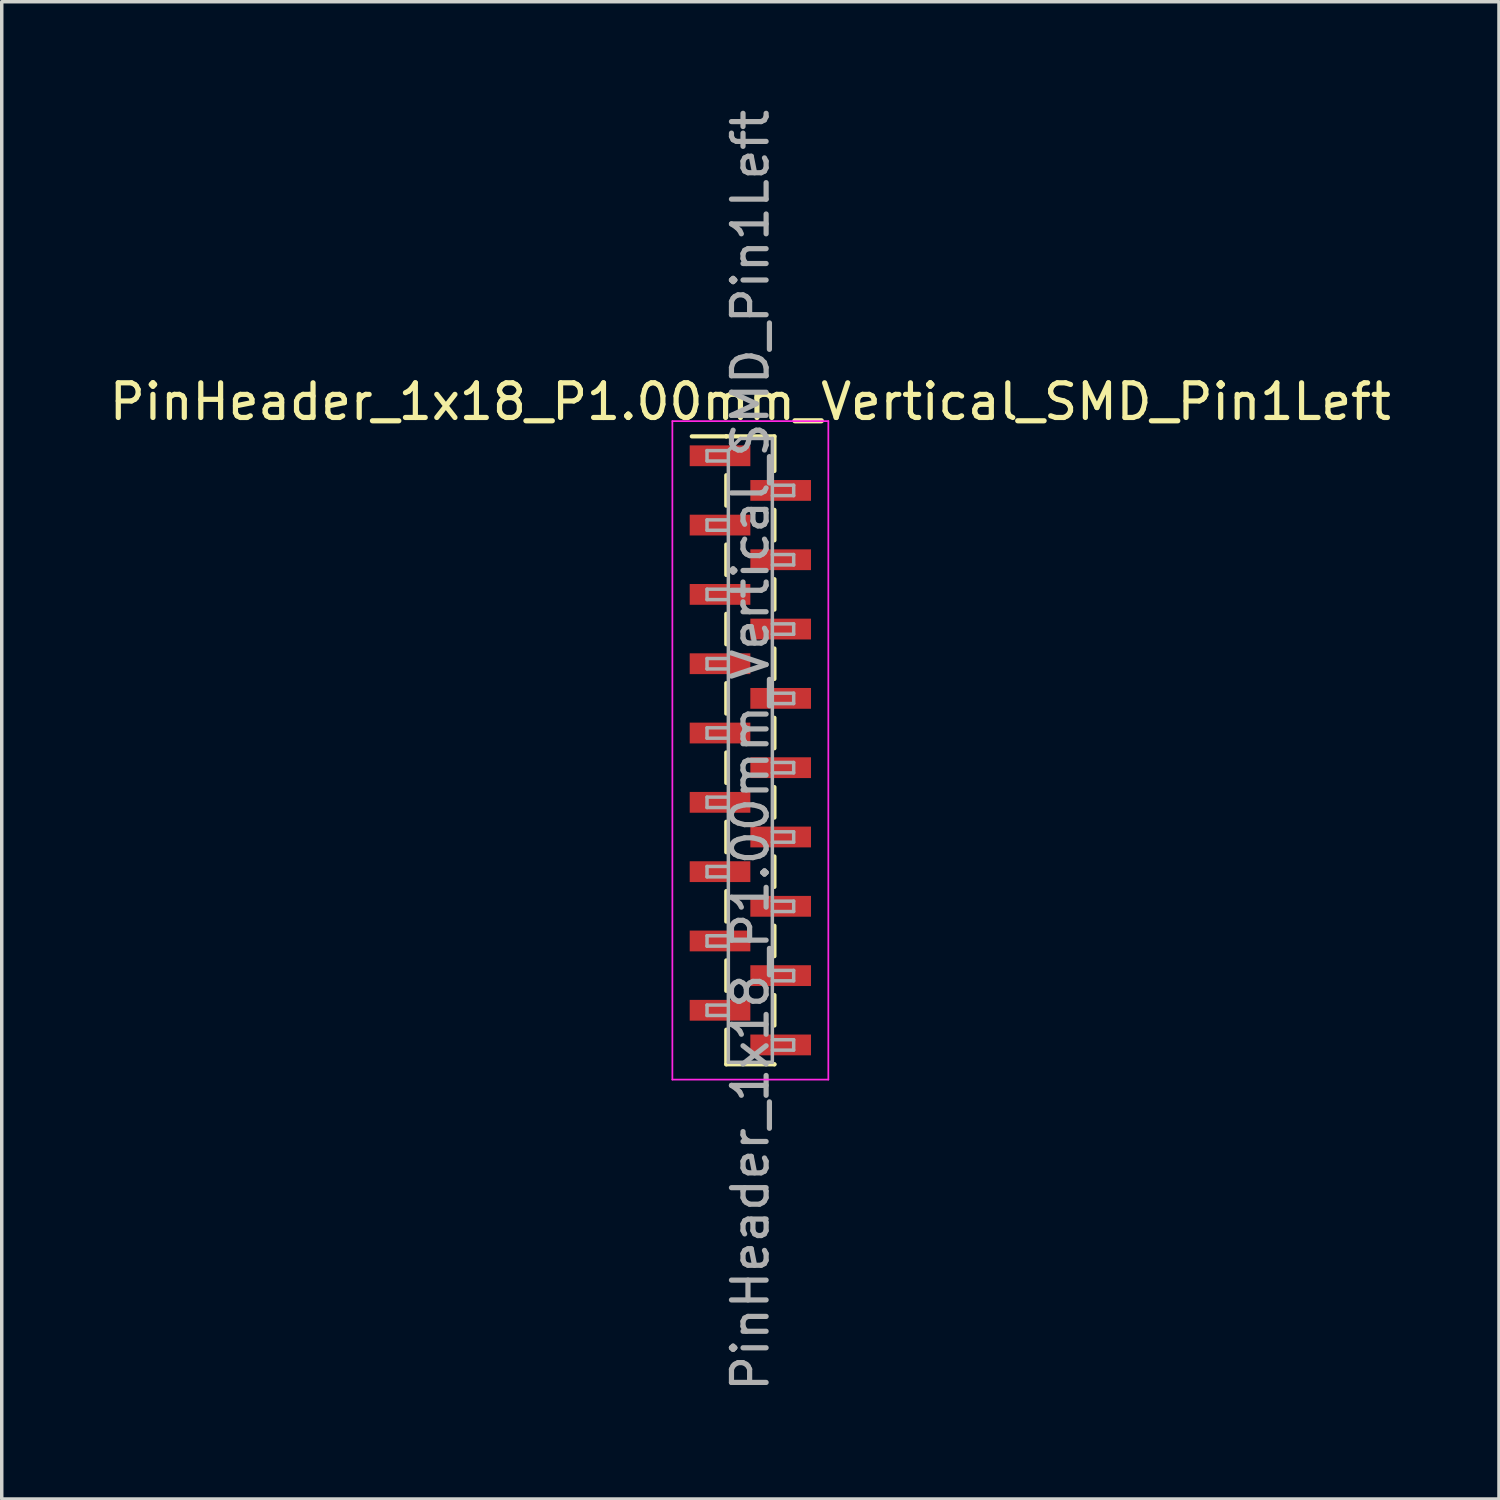
<source format=kicad_pcb>
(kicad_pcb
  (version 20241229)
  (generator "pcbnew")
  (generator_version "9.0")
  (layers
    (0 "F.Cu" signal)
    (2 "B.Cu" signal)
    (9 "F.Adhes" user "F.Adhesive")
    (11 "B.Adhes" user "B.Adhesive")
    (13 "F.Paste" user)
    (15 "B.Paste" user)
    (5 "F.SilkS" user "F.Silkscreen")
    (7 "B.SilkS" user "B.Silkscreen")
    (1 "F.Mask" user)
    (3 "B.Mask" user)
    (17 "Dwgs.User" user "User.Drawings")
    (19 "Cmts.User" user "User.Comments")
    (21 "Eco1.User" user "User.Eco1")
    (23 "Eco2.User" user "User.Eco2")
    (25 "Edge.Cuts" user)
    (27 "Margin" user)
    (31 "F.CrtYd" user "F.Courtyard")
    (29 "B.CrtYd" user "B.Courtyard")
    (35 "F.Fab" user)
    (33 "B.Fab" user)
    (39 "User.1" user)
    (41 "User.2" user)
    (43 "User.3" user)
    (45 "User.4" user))
  (footprint "PinHeader_1x18_P1.00mm_Vertical_SMD_Pin1Left"
    (layer "F.Cu")
    (at 18.601 18.601)
    (property "Reference" "PinHeader_1x18_P1.00mm_Vertical_SMD_Pin1Left" (at 0 -10.06 0) (layer "F.SilkS") (effects (font (size 1 1) (thickness 0.15))))
    (attr smd)
    (fp_line (start -0.695 -9.06) (end -1.69 -9.06) (stroke (width 0.12) (type solid)) (layer "F.SilkS"))
    (fp_line (start -0.695 -9.06) (end -0.695 -9.06) (stroke (width 0.12) (type solid)) (layer "F.SilkS"))
    (fp_line (start -0.695 -9.06) (end 0.695 -9.06) (stroke (width 0.12) (type solid)) (layer "F.SilkS"))
    (fp_line (start -0.695 -7.94) (end -0.695 -7.06) (stroke (width 0.12) (type solid)) (layer "F.SilkS"))
    (fp_line (start -0.695 -5.94) (end -0.695 -5.06) (stroke (width 0.12) (type solid)) (layer "F.SilkS"))
    (fp_line (start -0.695 -3.94) (end -0.695 -3.06) (stroke (width 0.12) (type solid)) (layer "F.SilkS"))
    (fp_line (start -0.695 -1.94) (end -0.695 -1.06) (stroke (width 0.12) (type solid)) (layer "F.SilkS"))
    (fp_line (start -0.695 0.06) (end -0.695 0.94) (stroke (width 0.12) (type solid)) (layer "F.SilkS"))
    (fp_line (start -0.695 2.06) (end -0.695 2.94) (stroke (width 0.12) (type solid)) (layer "F.SilkS"))
    (fp_line (start -0.695 4.06) (end -0.695 4.94) (stroke (width 0.12) (type solid)) (layer "F.SilkS"))
    (fp_line (start -0.695 6.06) (end -0.695 6.94) (stroke (width 0.12) (type solid)) (layer "F.SilkS"))
    (fp_line (start -0.695 8.06) (end -0.695 9.06) (stroke (width 0.12) (type solid)) (layer "F.SilkS"))
    (fp_line (start -0.695 9.06) (end 0.695 9.06) (stroke (width 0.12) (type solid)) (layer "F.SilkS"))
    (fp_line (start 0.695 -9.06) (end 0.695 -8.06) (stroke (width 0.12) (type solid)) (layer "F.SilkS"))
    (fp_line (start 0.695 -6.94) (end 0.695 -6.06) (stroke (width 0.12) (type solid)) (layer "F.SilkS"))
    (fp_line (start 0.695 -4.94) (end 0.695 -4.06) (stroke (width 0.12) (type solid)) (layer "F.SilkS"))
    (fp_line (start 0.695 -2.94) (end 0.695 -2.06) (stroke (width 0.12) (type solid)) (layer "F.SilkS"))
    (fp_line (start 0.695 -0.94) (end 0.695 -0.06) (stroke (width 0.12) (type solid)) (layer "F.SilkS"))
    (fp_line (start 0.695 1.06) (end 0.695 1.94) (stroke (width 0.12) (type solid)) (layer "F.SilkS"))
    (fp_line (start 0.695 3.06) (end 0.695 3.94) (stroke (width 0.12) (type solid)) (layer "F.SilkS"))
    (fp_line (start 0.695 5.06) (end 0.695 5.94) (stroke (width 0.12) (type solid)) (layer "F.SilkS"))
    (fp_line (start 0.695 7.06) (end 0.695 7.94) (stroke (width 0.12) (type solid)) (layer "F.SilkS"))
    (fp_line (start 0.695 9.06) (end 0.695 9.06) (stroke (width 0.12) (type solid)) (layer "F.SilkS"))
    (fp_line (start -2.25 -9.5) (end -2.25 9.5) (stroke (width 0.05) (type solid)) (layer "F.CrtYd"))
    (fp_line (start -2.25 9.5) (end 2.25 9.5) (stroke (width 0.05) (type solid)) (layer "F.CrtYd"))
    (fp_line (start 2.25 -9.5) (end -2.25 -9.5) (stroke (width 0.05) (type solid)) (layer "F.CrtYd"))
    (fp_line (start 2.25 9.5) (end 2.25 -9.5) (stroke (width 0.05) (type solid)) (layer "F.CrtYd"))
    (fp_line (start -1.25 -8.65) (end -1.25 -8.35) (stroke (width 0.1) (type solid)) (layer "F.Fab"))
    (fp_line (start -1.25 -8.35) (end -0.635 -8.35) (stroke (width 0.1) (type solid)) (layer "F.Fab"))
    (fp_line (start -1.25 -6.65) (end -1.25 -6.35) (stroke (width 0.1) (type solid)) (layer "F.Fab"))
    (fp_line (start -1.25 -6.35) (end -0.635 -6.35) (stroke (width 0.1) (type solid)) (layer "F.Fab"))
    (fp_line (start -1.25 -4.65) (end -1.25 -4.35) (stroke (width 0.1) (type solid)) (layer "F.Fab"))
    (fp_line (start -1.25 -4.35) (end -0.635 -4.35) (stroke (width 0.1) (type solid)) (layer "F.Fab"))
    (fp_line (start -1.25 -2.65) (end -1.25 -2.35) (stroke (width 0.1) (type solid)) (layer "F.Fab"))
    (fp_line (start -1.25 -2.35) (end -0.635 -2.35) (stroke (width 0.1) (type solid)) (layer "F.Fab"))
    (fp_line (start -1.25 -0.65) (end -1.25 -0.35) (stroke (width 0.1) (type solid)) (layer "F.Fab"))
    (fp_line (start -1.25 -0.35) (end -0.635 -0.35) (stroke (width 0.1) (type solid)) (layer "F.Fab"))
    (fp_line (start -1.25 1.35) (end -1.25 1.65) (stroke (width 0.1) (type solid)) (layer "F.Fab"))
    (fp_line (start -1.25 1.65) (end -0.635 1.65) (stroke (width 0.1) (type solid)) (layer "F.Fab"))
    (fp_line (start -1.25 3.35) (end -1.25 3.65) (stroke (width 0.1) (type solid)) (layer "F.Fab"))
    (fp_line (start -1.25 3.65) (end -0.635 3.65) (stroke (width 0.1) (type solid)) (layer "F.Fab"))
    (fp_line (start -1.25 5.35) (end -1.25 5.65) (stroke (width 0.1) (type solid)) (layer "F.Fab"))
    (fp_line (start -1.25 5.65) (end -0.635 5.65) (stroke (width 0.1) (type solid)) (layer "F.Fab"))
    (fp_line (start -1.25 7.35) (end -1.25 7.65) (stroke (width 0.1) (type solid)) (layer "F.Fab"))
    (fp_line (start -1.25 7.65) (end -0.635 7.65) (stroke (width 0.1) (type solid)) (layer "F.Fab"))
    (fp_line (start -0.635 -8.65) (end -1.25 -8.65) (stroke (width 0.1) (type solid)) (layer "F.Fab"))
    (fp_line (start -0.635 -8.65) (end -0.285 -9) (stroke (width 0.1) (type solid)) (layer "F.Fab"))
    (fp_line (start -0.635 -6.65) (end -1.25 -6.65) (stroke (width 0.1) (type solid)) (layer "F.Fab"))
    (fp_line (start -0.635 -4.65) (end -1.25 -4.65) (stroke (width 0.1) (type solid)) (layer "F.Fab"))
    (fp_line (start -0.635 -2.65) (end -1.25 -2.65) (stroke (width 0.1) (type solid)) (layer "F.Fab"))
    (fp_line (start -0.635 -0.65) (end -1.25 -0.65) (stroke (width 0.1) (type solid)) (layer "F.Fab"))
    (fp_line (start -0.635 1.35) (end -1.25 1.35) (stroke (width 0.1) (type solid)) (layer "F.Fab"))
    (fp_line (start -0.635 3.35) (end -1.25 3.35) (stroke (width 0.1) (type solid)) (layer "F.Fab"))
    (fp_line (start -0.635 5.35) (end -1.25 5.35) (stroke (width 0.1) (type solid)) (layer "F.Fab"))
    (fp_line (start -0.635 7.35) (end -1.25 7.35) (stroke (width 0.1) (type solid)) (layer "F.Fab"))
    (fp_line (start -0.635 9) (end -0.635 -8.65) (stroke (width 0.1) (type solid)) (layer "F.Fab"))
    (fp_line (start -0.285 -9) (end 0.635 -9) (stroke (width 0.1) (type solid)) (layer "F.Fab"))
    (fp_line (start 0.635 -9) (end 0.635 9) (stroke (width 0.1) (type solid)) (layer "F.Fab"))
    (fp_line (start 0.635 -7.65) (end 1.25 -7.65) (stroke (width 0.1) (type solid)) (layer "F.Fab"))
    (fp_line (start 0.635 -5.65) (end 1.25 -5.65) (stroke (width 0.1) (type solid)) (layer "F.Fab"))
    (fp_line (start 0.635 -3.65) (end 1.25 -3.65) (stroke (width 0.1) (type solid)) (layer "F.Fab"))
    (fp_line (start 0.635 -1.65) (end 1.25 -1.65) (stroke (width 0.1) (type solid)) (layer "F.Fab"))
    (fp_line (start 0.635 0.35) (end 1.25 0.35) (stroke (width 0.1) (type solid)) (layer "F.Fab"))
    (fp_line (start 0.635 2.35) (end 1.25 2.35) (stroke (width 0.1) (type solid)) (layer "F.Fab"))
    (fp_line (start 0.635 4.35) (end 1.25 4.35) (stroke (width 0.1) (type solid)) (layer "F.Fab"))
    (fp_line (start 0.635 6.35) (end 1.25 6.35) (stroke (width 0.1) (type solid)) (layer "F.Fab"))
    (fp_line (start 0.635 8.35) (end 1.25 8.35) (stroke (width 0.1) (type solid)) (layer "F.Fab"))
    (fp_line (start 0.635 9) (end -0.635 9) (stroke (width 0.1) (type solid)) (layer "F.Fab"))
    (fp_line (start 1.25 -7.65) (end 1.25 -7.35) (stroke (width 0.1) (type solid)) (layer "F.Fab"))
    (fp_line (start 1.25 -7.35) (end 0.635 -7.35) (stroke (width 0.1) (type solid)) (layer "F.Fab"))
    (fp_line (start 1.25 -5.65) (end 1.25 -5.35) (stroke (width 0.1) (type solid)) (layer "F.Fab"))
    (fp_line (start 1.25 -5.35) (end 0.635 -5.35) (stroke (width 0.1) (type solid)) (layer "F.Fab"))
    (fp_line (start 1.25 -3.65) (end 1.25 -3.35) (stroke (width 0.1) (type solid)) (layer "F.Fab"))
    (fp_line (start 1.25 -3.35) (end 0.635 -3.35) (stroke (width 0.1) (type solid)) (layer "F.Fab"))
    (fp_line (start 1.25 -1.65) (end 1.25 -1.35) (stroke (width 0.1) (type solid)) (layer "F.Fab"))
    (fp_line (start 1.25 -1.35) (end 0.635 -1.35) (stroke (width 0.1) (type solid)) (layer "F.Fab"))
    (fp_line (start 1.25 0.35) (end 1.25 0.65) (stroke (width 0.1) (type solid)) (layer "F.Fab"))
    (fp_line (start 1.25 0.65) (end 0.635 0.65) (stroke (width 0.1) (type solid)) (layer "F.Fab"))
    (fp_line (start 1.25 2.35) (end 1.25 2.65) (stroke (width 0.1) (type solid)) (layer "F.Fab"))
    (fp_line (start 1.25 2.65) (end 0.635 2.65) (stroke (width 0.1) (type solid)) (layer "F.Fab"))
    (fp_line (start 1.25 4.35) (end 1.25 4.65) (stroke (width 0.1) (type solid)) (layer "F.Fab"))
    (fp_line (start 1.25 4.65) (end 0.635 4.65) (stroke (width 0.1) (type solid)) (layer "F.Fab"))
    (fp_line (start 1.25 6.35) (end 1.25 6.65) (stroke (width 0.1) (type solid)) (layer "F.Fab"))
    (fp_line (start 1.25 6.65) (end 0.635 6.65) (stroke (width 0.1) (type solid)) (layer "F.Fab"))
    (fp_line (start 1.25 8.35) (end 1.25 8.65) (stroke (width 0.1) (type solid)) (layer "F.Fab"))
    (fp_line (start 1.25 8.65) (end 0.635 8.65) (stroke (width 0.1) (type solid)) (layer "F.Fab"))
    (fp_text user "${REFERENCE}" (at 0 0 90) (layer "F.Fab") (effects (font (size 1 1) (thickness 0.15))))
    (pad "1" smd rect (at -0.875 -8.5) (size 1.75 0.6) (layers "F.Cu" "F.Mask" "F.Paste"))
    (pad "2" smd rect (at 0.875 -7.5) (size 1.75 0.6) (layers "F.Cu" "F.Mask" "F.Paste"))
    (pad "3" smd rect (at -0.875 -6.5) (size 1.75 0.6) (layers "F.Cu" "F.Mask" "F.Paste"))
    (pad "4" smd rect (at 0.875 -5.5) (size 1.75 0.6) (layers "F.Cu" "F.Mask" "F.Paste"))
    (pad "5" smd rect (at -0.875 -4.5) (size 1.75 0.6) (layers "F.Cu" "F.Mask" "F.Paste"))
    (pad "6" smd rect (at 0.875 -3.5) (size 1.75 0.6) (layers "F.Cu" "F.Mask" "F.Paste"))
    (pad "7" smd rect (at -0.875 -2.5) (size 1.75 0.6) (layers "F.Cu" "F.Mask" "F.Paste"))
    (pad "8" smd rect (at 0.875 -1.5) (size 1.75 0.6) (layers "F.Cu" "F.Mask" "F.Paste"))
    (pad "9" smd rect (at -0.875 -0.5) (size 1.75 0.6) (layers "F.Cu" "F.Mask" "F.Paste"))
    (pad "10" smd rect (at 0.875 0.5) (size 1.75 0.6) (layers "F.Cu" "F.Mask" "F.Paste"))
    (pad "11" smd rect (at -0.875 1.5) (size 1.75 0.6) (layers "F.Cu" "F.Mask" "F.Paste"))
    (pad "12" smd rect (at 0.875 2.5) (size 1.75 0.6) (layers "F.Cu" "F.Mask" "F.Paste"))
    (pad "13" smd rect (at -0.875 3.5) (size 1.75 0.6) (layers "F.Cu" "F.Mask" "F.Paste"))
    (pad "14" smd rect (at 0.875 4.5) (size 1.75 0.6) (layers "F.Cu" "F.Mask" "F.Paste"))
    (pad "15" smd rect (at -0.875 5.5) (size 1.75 0.6) (layers "F.Cu" "F.Mask" "F.Paste"))
    (pad "16" smd rect (at 0.875 6.5) (size 1.75 0.6) (layers "F.Cu" "F.Mask" "F.Paste"))
    (pad "17" smd rect (at -0.875 7.5) (size 1.75 0.6) (layers "F.Cu" "F.Mask" "F.Paste"))
    (pad "18" smd rect (at 0.875 8.5) (size 1.75 0.6) (layers "F.Cu" "F.Mask" "F.Paste")))
  (gr_rect
    (start -3 -3)
    (end 40.202 40.202)
    (stroke (width 0.1) (type default))
    (fill no)
    (layer "Edge.Cuts")))
</source>
